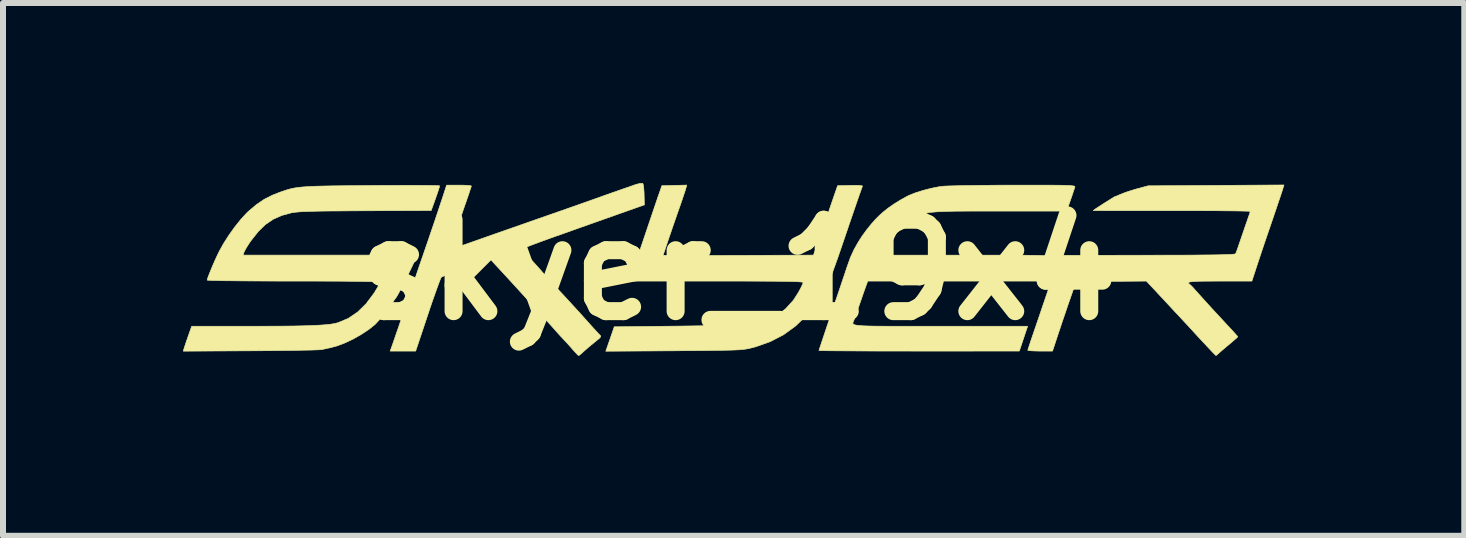
<source format=kicad_pcb>
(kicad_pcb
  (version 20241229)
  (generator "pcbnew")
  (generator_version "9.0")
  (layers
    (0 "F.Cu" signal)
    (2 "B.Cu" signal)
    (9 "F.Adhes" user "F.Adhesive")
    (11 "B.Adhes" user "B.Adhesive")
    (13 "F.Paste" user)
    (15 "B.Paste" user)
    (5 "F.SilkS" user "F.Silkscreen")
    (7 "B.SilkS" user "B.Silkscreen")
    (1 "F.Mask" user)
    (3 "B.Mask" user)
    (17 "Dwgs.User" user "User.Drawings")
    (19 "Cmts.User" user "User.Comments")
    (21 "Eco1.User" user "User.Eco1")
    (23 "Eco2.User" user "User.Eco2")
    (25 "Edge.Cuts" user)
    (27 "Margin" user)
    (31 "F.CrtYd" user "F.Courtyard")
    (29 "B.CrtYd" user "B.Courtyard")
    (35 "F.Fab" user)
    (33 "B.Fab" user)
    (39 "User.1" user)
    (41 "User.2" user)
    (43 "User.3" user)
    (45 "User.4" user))
  (footprint "skyer_19x4"
    (layer "F.Cu")
    (at 9.227 1.447)
    (property "Reference" "skyer_19x4" (at 0 0 0) (layer "F.SilkS") (effects (font (size 1.524 1.524) (thickness 0.3))))
    (attr through_hole)
    (fp_poly (pts (xy -0.856 -1.322) (xy -0.874 -1.268) (xy -0.9 -1.19) (xy -0.931 -1.098) (xy -0.96 -1.016) (xy -0.994 -0.919) (xy -1.031 -0.812) (xy -1.07 -0.7) (xy -1.108 -0.588) (xy -1.144 -0.483) (xy -1.175 -0.39) (xy -1.2 -0.315) (xy -1.217 -0.265) (xy -1.223 -0.243) (xy -1.223 -0.243) (xy -1.205 -0.242) (xy -1.152 -0.241) (xy -1.068 -0.24) (xy -0.955 -0.239) (xy -0.817 -0.239) (xy -0.657 -0.239) (xy -0.478 -0.239) (xy -0.282 -0.239) (xy -0.074 -0.24) (xy 0.029 -0.24) (xy 1.281 -0.245) (xy 1.301 -0.297) (xy 1.314 -0.333) (xy 1.339 -0.405) (xy 1.377 -0.512) (xy 1.426 -0.652) (xy 1.486 -0.826) (xy 1.557 -1.034) (xy 1.635 -1.261) (xy 1.684 -1.402) (xy 1.897 -1.407) (xy 2 -1.408) (xy 2.066 -1.405) (xy 2.097 -1.398) (xy 2.098 -1.393) (xy 2.09 -1.372) (xy 2.071 -1.319) (xy 2.042 -1.238) (xy 2.006 -1.133) (xy 1.963 -1.009) (xy 1.915 -0.869) (xy 1.863 -0.718) (xy 1.855 -0.692) (xy 1.788 -0.496) (xy 1.732 -0.332) (xy 1.685 -0.196) (xy 1.645 -0.084) (xy 1.612 0.006) (xy 1.585 0.08) (xy 1.56 0.14) (xy 1.538 0.191) (xy 1.517 0.235) (xy 1.496 0.277) (xy 1.476 0.313) (xy 1.327 0.555) (xy 1.163 0.763) (xy 0.982 0.938) (xy 0.783 1.082) (xy 0.563 1.196) (xy 0.322 1.282) (xy 0.249 1.301) (xy 0.214 1.31) (xy 0.179 1.317) (xy 0.141 1.323) (xy 0.098 1.328) (xy 0.045 1.333) (xy -0.02 1.336) (xy -0.101 1.339) (xy -0.2 1.341) (xy -0.321 1.343) (xy -0.468 1.345) (xy -0.643 1.347) (xy -0.85 1.348) (xy -1.048 1.35) (xy -2.18 1.357) (xy -2.109 1.153) (xy -2.039 0.95) (xy -0.93 0.938) (xy -0.722 0.935) (xy -0.524 0.932) (xy -0.34 0.929) (xy -0.172 0.925) (xy -0.025 0.921) (xy 0.098 0.917) (xy 0.193 0.913) (xy 0.257 0.91) (xy 0.282 0.907) (xy 0.482 0.852) (xy 0.659 0.768) (xy 0.813 0.654) (xy 0.945 0.51) (xy 1.032 0.374) (xy 1.068 0.308) (xy 1.095 0.252) (xy 1.109 0.217) (xy 1.11 0.212) (xy 1.103 0.207) (xy 1.08 0.203) (xy 1.04 0.2) (xy 0.98 0.197) (xy 0.898 0.195) (xy 0.793 0.193) (xy 0.661 0.191) (xy 0.501 0.19) (xy 0.312 0.189) (xy 0.09 0.188) (xy -0.167 0.188) (xy -0.337 0.188) (xy -1.785 0.188) (xy -1.561 -0.475) (xy -1.508 -0.632) (xy -1.457 -0.783) (xy -1.41 -0.922) (xy -1.368 -1.046) (xy -1.333 -1.149) (xy -1.307 -1.226) (xy -1.291 -1.27) (xy -1.245 -1.402) (xy -1.037 -1.407) (xy -0.83 -1.412) (xy -0.856 -1.322)) (stroke (width 0.01) (type solid)) (fill yes) (layer "F.SilkS"))
    (fp_poly (pts (xy -5.36 -1.408) (xy -5.222 -1.407) (xy -5.109 -1.406) (xy -5.024 -1.404) (xy -4.969 -1.402) (xy -4.949 -1.399) (xy -4.949 -1.399) (xy -4.955 -1.376) (xy -4.971 -1.325) (xy -4.995 -1.254) (xy -5.019 -1.185) (xy -5.09 -0.988) (xy -6.181 -0.984) (xy -6.421 -0.983) (xy -6.626 -0.981) (xy -6.8 -0.98) (xy -6.946 -0.978) (xy -7.067 -0.975) (xy -7.165 -0.972) (xy -7.245 -0.969) (xy -7.308 -0.964) (xy -7.359 -0.959) (xy -7.401 -0.953) (xy -7.419 -0.95) (xy -7.581 -0.906) (xy -7.723 -0.843) (xy -7.851 -0.756) (xy -7.97 -0.641) (xy -8.087 -0.494) (xy -8.117 -0.452) (xy -8.159 -0.387) (xy -8.192 -0.33) (xy -8.211 -0.291) (xy -8.212 -0.287) (xy -8.225 -0.245) (xy -5.326 -0.245) (xy -5.364 -0.155) (xy -5.391 -0.094) (xy -5.428 -0.016) (xy -5.472 0.074) (xy -5.518 0.167) (xy -5.563 0.258) (xy -5.605 0.339) (xy -5.64 0.404) (xy -5.664 0.446) (xy -5.672 0.458) (xy -5.692 0.484) (xy -5.725 0.532) (xy -5.765 0.59) (xy -5.765 0.591) (xy -5.807 0.652) (xy -5.844 0.703) (xy -5.869 0.733) (xy -5.899 0.767) (xy -5.939 0.815) (xy -5.953 0.833) (xy -6.027 0.912) (xy -6.13 0.994) (xy -6.252 1.075) (xy -6.387 1.152) (xy -6.526 1.218) (xy -6.66 1.269) (xy -6.768 1.298) (xy -6.835 1.312) (xy -6.897 1.326) (xy -6.914 1.33) (xy -6.943 1.332) (xy -7.006 1.335) (xy -7.099 1.338) (xy -7.22 1.34) (xy -7.364 1.343) (xy -7.529 1.345) (xy -7.711 1.347) (xy -7.905 1.349) (xy -8.097 1.35) (xy -9.222 1.356) (xy -9.21 1.313) (xy -9.198 1.276) (xy -9.178 1.215) (xy -9.152 1.14) (xy -9.14 1.105) (xy -9.082 0.941) (xy -8.078 0.941) (xy -7.81 0.94) (xy -7.577 0.939) (xy -7.376 0.937) (xy -7.205 0.933) (xy -7.06 0.928) (xy -6.94 0.922) (xy -6.841 0.915) (xy -6.76 0.906) (xy -6.696 0.895) (xy -6.645 0.882) (xy -6.642 0.881) (xy -6.472 0.81) (xy -6.316 0.704) (xy -6.172 0.563) (xy -6.041 0.387) (xy -5.98 0.286) (xy -5.957 0.241) (xy -5.946 0.21) (xy -5.945 0.206) (xy -5.964 0.203) (xy -6.019 0.199) (xy -6.11 0.197) (xy -6.236 0.194) (xy -6.395 0.192) (xy -6.586 0.19) (xy -6.81 0.189) (xy -7.063 0.188) (xy -7.347 0.188) (xy -7.385 0.188) (xy -7.621 0.188) (xy -7.844 0.187) (xy -8.051 0.186) (xy -8.239 0.185) (xy -8.406 0.183) (xy -8.549 0.182) (xy -8.664 0.179) (xy -8.751 0.177) (xy -8.805 0.174) (xy -8.824 0.172) (xy -8.824 0.172) (xy -8.817 0.143) (xy -8.797 0.089) (xy -8.768 0.016) (xy -8.733 -0.068) (xy -8.695 -0.155) (xy -8.657 -0.238) (xy -8.625 -0.304) (xy -8.552 -0.436) (xy -8.462 -0.577) (xy -8.363 -0.715) (xy -8.262 -0.841) (xy -8.167 -0.945) (xy -8.139 -0.972) (xy -8.004 -1.086) (xy -7.873 -1.175) (xy -7.732 -1.246) (xy -7.633 -1.285) (xy -7.571 -1.307) (xy -7.516 -1.326) (xy -7.464 -1.342) (xy -7.411 -1.355) (xy -7.354 -1.366) (xy -7.289 -1.375) (xy -7.214 -1.382) (xy -7.125 -1.388) (xy -7.018 -1.393) (xy -6.891 -1.396) (xy -6.74 -1.399) (xy -6.561 -1.401) (xy -6.352 -1.403) (xy -6.109 -1.405) (xy -6.091 -1.405) (xy -5.888 -1.407) (xy -5.696 -1.407) (xy -5.519 -1.408) (xy -5.36 -1.408)) (stroke (width 0.01) (type solid)) (fill yes) (layer "F.SilkS"))
    (fp_poly (pts (xy 9.099 -1.332) (xy 9.086 -1.292) (xy 9.063 -1.222) (xy 9.031 -1.129) (xy 8.994 -1.018) (xy 8.952 -0.894) (xy 8.92 -0.8) (xy 8.871 -0.657) (xy 8.82 -0.508) (xy 8.771 -0.363) (xy 8.727 -0.231) (xy 8.69 -0.12) (xy 8.677 -0.08) (xy 8.589 0.188) (xy 8.057 0.188) (xy 7.893 0.189) (xy 7.764 0.19) (xy 7.666 0.192) (xy 7.597 0.197) (xy 7.553 0.203) (xy 7.532 0.211) (xy 7.529 0.222) (xy 7.544 0.235) (xy 7.549 0.239) (xy 7.574 0.261) (xy 7.613 0.301) (xy 7.646 0.339) (xy 7.699 0.398) (xy 7.771 0.478) (xy 7.856 0.572) (xy 7.95 0.675) (xy 8.047 0.779) (xy 8.139 0.879) (xy 8.217 0.963) (xy 8.273 1.023) (xy 8.318 1.073) (xy 8.347 1.106) (xy 8.354 1.116) (xy 8.34 1.131) (xy 8.304 1.163) (xy 8.252 1.208) (xy 8.22 1.235) (xy 8.155 1.289) (xy 8.095 1.34) (xy 8.051 1.378) (xy 8.041 1.388) (xy 8.008 1.416) (xy 7.991 1.43) (xy 7.991 1.43) (xy 7.977 1.417) (xy 7.944 1.384) (xy 7.899 1.337) (xy 7.893 1.33) (xy 7.845 1.279) (xy 7.779 1.208) (xy 7.703 1.127) (xy 7.626 1.044) (xy 7.611 1.026) (xy 7.538 0.947) (xy 7.468 0.872) (xy 7.408 0.807) (xy 7.365 0.761) (xy 7.357 0.752) (xy 7.31 0.703) (xy 7.251 0.639) (xy 7.191 0.574) (xy 7.187 0.57) (xy 7.125 0.503) (xy 7.05 0.423) (xy 6.977 0.344) (xy 6.957 0.323) (xy 6.83 0.188) (xy 6.244 0.193) (xy 5.658 0.198) (xy 5.567 0.461) (xy 5.527 0.575) (xy 5.481 0.711) (xy 5.432 0.854) (xy 5.387 0.99) (xy 5.37 1.04) (xy 5.266 1.355) (xy 5.06 1.355) (xy 4.977 1.353) (xy 4.91 1.35) (xy 4.867 1.345) (xy 4.854 1.341) (xy 4.86 1.319) (xy 4.877 1.268) (xy 4.902 1.191) (xy 4.935 1.094) (xy 4.973 0.983) (xy 4.997 0.913) (xy 5.048 0.764) (xy 5.104 0.598) (xy 5.162 0.429) (xy 5.216 0.269) (xy 5.262 0.131) (xy 5.263 0.129) (xy 5.386 -0.241) (xy 6.846 -0.243) (xy 7.127 -0.244) (xy 7.373 -0.244) (xy 7.585 -0.245) (xy 7.766 -0.247) (xy 7.917 -0.248) (xy 8.04 -0.25) (xy 8.138 -0.253) (xy 8.213 -0.255) (xy 8.266 -0.259) (xy 8.3 -0.262) (xy 8.316 -0.267) (xy 8.318 -0.268) (xy 8.329 -0.295) (xy 8.349 -0.349) (xy 8.374 -0.422) (xy 8.397 -0.489) (xy 8.431 -0.588) (xy 8.466 -0.691) (xy 8.498 -0.783) (xy 8.512 -0.823) (xy 8.535 -0.89) (xy 8.553 -0.942) (xy 8.561 -0.971) (xy 8.561 -0.973) (xy 8.542 -0.976) (xy 8.489 -0.978) (xy 8.405 -0.98) (xy 8.292 -0.982) (xy 8.153 -0.983) (xy 7.992 -0.985) (xy 7.812 -0.985) (xy 7.614 -0.986) (xy 7.404 -0.986) (xy 7.253 -0.986) (xy 7.035 -0.986) (xy 6.828 -0.986) (xy 6.636 -0.986) (xy 6.461 -0.986) (xy 6.307 -0.986) (xy 6.176 -0.986) (xy 6.071 -0.987) (xy 5.997 -0.987) (xy 5.954 -0.988) (xy 5.945 -0.988) (xy 5.96 -1) (xy 5.999 -1.027) (xy 6.055 -1.063) (xy 6.119 -1.105) (xy 6.185 -1.146) (xy 6.244 -1.183) (xy 6.288 -1.21) (xy 6.311 -1.223) (xy 6.312 -1.223) (xy 6.335 -1.23) (xy 6.379 -1.249) (xy 6.411 -1.262) (xy 6.468 -1.285) (xy 6.548 -1.312) (xy 6.638 -1.34) (xy 6.678 -1.351) (xy 6.858 -1.4) (xy 7.991 -1.407) (xy 9.124 -1.414) (xy 9.099 -1.332)) (stroke (width 0.01) (type solid)) (fill yes) (layer "F.SilkS"))
    (fp_poly (pts (xy 5.025 -1.411) (xy 5.182 -1.411) (xy 5.31 -1.41) (xy 5.413 -1.409) (xy 5.492 -1.407) (xy 5.55 -1.405) (xy 5.591 -1.401) (xy 5.618 -1.397) (xy 5.633 -1.393) (xy 5.639 -1.387) (xy 5.639 -1.38) (xy 5.639 -1.378) (xy 5.628 -1.347) (xy 5.609 -1.29) (xy 5.584 -1.215) (xy 5.565 -1.162) (xy 5.502 -0.979) (xy 4.412 -0.979) (xy 4.174 -0.979) (xy 3.97 -0.979) (xy 3.797 -0.978) (xy 3.651 -0.977) (xy 3.529 -0.974) (xy 3.428 -0.971) (xy 3.344 -0.967) (xy 3.273 -0.961) (xy 3.212 -0.955) (xy 3.157 -0.946) (xy 3.106 -0.936) (xy 3.055 -0.924) (xy 3.037 -0.92) (xy 2.895 -0.867) (xy 2.753 -0.785) (xy 2.621 -0.678) (xy 2.509 -0.555) (xy 2.475 -0.506) (xy 2.438 -0.446) (xy 2.402 -0.382) (xy 2.372 -0.322) (xy 2.351 -0.275) (xy 2.344 -0.248) (xy 2.347 -0.244) (xy 2.368 -0.244) (xy 2.423 -0.244) (xy 2.51 -0.244) (xy 2.626 -0.244) (xy 2.768 -0.244) (xy 2.933 -0.244) (xy 3.119 -0.244) (xy 3.321 -0.244) (xy 3.538 -0.244) (xy 3.766 -0.244) (xy 3.805 -0.244) (xy 4.072 -0.244) (xy 4.304 -0.244) (xy 4.504 -0.244) (xy 4.673 -0.243) (xy 4.815 -0.243) (xy 4.93 -0.241) (xy 5.024 -0.24) (xy 5.096 -0.238) (xy 5.151 -0.236) (xy 5.19 -0.233) (xy 5.215 -0.229) (xy 5.23 -0.225) (xy 5.237 -0.22) (xy 5.238 -0.214) (xy 5.238 -0.212) (xy 5.224 -0.168) (xy 5.212 -0.132) (xy 5.199 -0.091) (xy 5.179 -0.027) (xy 5.155 0.046) (xy 5.153 0.052) (xy 5.109 0.188) (xy 2.187 0.188) (xy 2.167 0.24) (xy 2.154 0.277) (xy 2.131 0.341) (xy 2.102 0.423) (xy 2.07 0.517) (xy 2.063 0.536) (xy 2.03 0.631) (xy 2.001 0.717) (xy 1.976 0.786) (xy 1.96 0.829) (xy 1.959 0.834) (xy 1.95 0.853) (xy 1.943 0.871) (xy 1.938 0.885) (xy 1.94 0.898) (xy 1.949 0.908) (xy 1.969 0.917) (xy 2.002 0.924) (xy 2.05 0.929) (xy 2.115 0.934) (xy 2.201 0.937) (xy 2.308 0.939) (xy 2.441 0.94) (xy 2.6 0.941) (xy 2.789 0.941) (xy 3.009 0.941) (xy 3.264 0.941) (xy 3.395 0.941) (xy 4.851 0.941) (xy 4.713 1.354) (xy 3.043 1.355) (xy 2.796 1.354) (xy 2.56 1.354) (xy 2.338 1.354) (xy 2.132 1.353) (xy 1.945 1.352) (xy 1.78 1.351) (xy 1.639 1.35) (xy 1.525 1.349) (xy 1.441 1.347) (xy 1.39 1.346) (xy 1.373 1.345) (xy 1.379 1.325) (xy 1.396 1.274) (xy 1.422 1.196) (xy 1.456 1.094) (xy 1.496 0.974) (xy 1.542 0.838) (xy 1.582 0.719) (xy 1.634 0.566) (xy 1.685 0.417) (xy 1.732 0.278) (xy 1.773 0.155) (xy 1.808 0.052) (xy 1.833 -0.025) (xy 1.844 -0.056) (xy 1.897 -0.205) (xy 1.957 -0.336) (xy 2.031 -0.467) (xy 2.093 -0.563) (xy 2.16 -0.656) (xy 2.236 -0.751) (xy 2.311 -0.837) (xy 2.377 -0.903) (xy 2.38 -0.906) (xy 2.406 -0.929) (xy 2.445 -0.964) (xy 2.453 -0.97) (xy 2.529 -1.031) (xy 2.627 -1.099) (xy 2.734 -1.165) (xy 2.836 -1.222) (xy 2.879 -1.243) (xy 2.983 -1.284) (xy 3.111 -1.324) (xy 3.247 -1.359) (xy 3.378 -1.385) (xy 3.424 -1.391) (xy 3.471 -1.395) (xy 3.553 -1.398) (xy 3.663 -1.401) (xy 3.799 -1.404) (xy 3.957 -1.406) (xy 4.132 -1.408) (xy 4.32 -1.41) (xy 4.518 -1.411) (xy 4.611 -1.411) (xy 4.835 -1.411) (xy 5.025 -1.411)) (stroke (width 0.01) (type solid)) (fill yes) (layer "F.SilkS"))
    (fp_poly (pts (xy -1.562 -1.438) (xy -1.554 -1.412) (xy -1.547 -1.359) (xy -1.542 -1.287) (xy -1.541 -1.251) (xy -1.537 -1.082) (xy -1.94 -0.94) (xy -2.219 -0.841) (xy -2.465 -0.754) (xy -2.68 -0.678) (xy -2.865 -0.612) (xy -3.024 -0.556) (xy -3.157 -0.508) (xy -3.267 -0.468) (xy -3.356 -0.435) (xy -3.426 -0.409) (xy -3.479 -0.388) (xy -3.517 -0.372) (xy -3.543 -0.36) (xy -3.558 -0.351) (xy -3.565 -0.345) (xy -3.565 -0.343) (xy -3.553 -0.323) (xy -3.521 -0.281) (xy -3.472 -0.224) (xy -3.415 -0.16) (xy -3.349 -0.088) (xy -3.287 -0.019) (xy -3.236 0.039) (xy -3.208 0.071) (xy -3.158 0.129) (xy -3.105 0.187) (xy -3.095 0.198) (xy -2.907 0.399) (xy -2.744 0.576) (xy -2.603 0.73) (xy -2.484 0.863) (xy -2.465 0.884) (xy -2.4 0.957) (xy -2.342 1.02) (xy -2.298 1.067) (xy -2.272 1.093) (xy -2.269 1.096) (xy -2.265 1.117) (xy -2.288 1.143) (xy -2.325 1.173) (xy -2.377 1.216) (xy -2.42 1.251) (xy -2.48 1.301) (xy -2.537 1.351) (xy -2.567 1.378) (xy -2.604 1.411) (xy -2.629 1.429) (xy -2.633 1.43) (xy -2.65 1.416) (xy -2.683 1.382) (xy -2.719 1.342) (xy -2.771 1.282) (xy -2.823 1.224) (xy -2.85 1.195) (xy -2.887 1.156) (xy -2.94 1.099) (xy -3.002 1.03) (xy -3.048 0.978) (xy -3.11 0.909) (xy -3.168 0.845) (xy -3.214 0.795) (xy -3.236 0.771) (xy -3.272 0.733) (xy -3.323 0.678) (xy -3.378 0.617) (xy -3.384 0.61) (xy -3.496 0.486) (xy -3.609 0.362) (xy -3.716 0.245) (xy -3.81 0.142) (xy -3.887 0.059) (xy -3.897 0.048) (xy -3.954 -0.014) (xy -4.008 -0.072) (xy -4.048 -0.115) (xy -4.052 -0.12) (xy -4.102 -0.175) (xy -4.499 -0.036) (xy -4.616 0.006) (xy -4.721 0.044) (xy -4.809 0.076) (xy -4.875 0.102) (xy -4.913 0.118) (xy -4.92 0.122) (xy -4.932 0.144) (xy -4.953 0.197) (xy -4.983 0.278) (xy -5.02 0.381) (xy -5.063 0.503) (xy -5.11 0.639) (xy -5.146 0.748) (xy -5.349 1.355) (xy -5.774 1.355) (xy -5.745 1.275) (xy -5.731 1.235) (xy -5.707 1.166) (xy -5.675 1.072) (xy -5.636 0.961) (xy -5.594 0.837) (xy -5.559 0.734) (xy -5.512 0.595) (xy -5.456 0.43) (xy -5.394 0.249) (xy -5.33 0.06) (xy -5.266 -0.127) (xy -5.205 -0.303) (xy -5.193 -0.339) (xy -5.139 -0.495) (xy -5.086 -0.652) (xy -5.035 -0.801) (xy -4.989 -0.938) (xy -4.95 -1.055) (xy -4.92 -1.146) (xy -4.908 -1.181) (xy -4.833 -1.411) (xy -4.627 -1.411) (xy -4.544 -1.41) (xy -4.477 -1.407) (xy -4.434 -1.402) (xy -4.421 -1.397) (xy -4.427 -1.374) (xy -4.444 -1.324) (xy -4.467 -1.253) (xy -4.497 -1.168) (xy -4.497 -1.166) (xy -4.544 -1.033) (xy -4.589 -0.9) (xy -4.633 -0.771) (xy -4.673 -0.651) (xy -4.707 -0.546) (xy -4.734 -0.46) (xy -4.752 -0.399) (xy -4.76 -0.367) (xy -4.76 -0.365) (xy -4.76 -0.358) (xy -4.758 -0.354) (xy -4.749 -0.352) (xy -4.732 -0.355) (xy -4.701 -0.364) (xy -4.654 -0.379) (xy -4.587 -0.401) (xy -4.497 -0.432) (xy -4.38 -0.473) (xy -4.233 -0.525) (xy -4.149 -0.555) (xy -3.935 -0.63) (xy -3.717 -0.706) (xy -3.503 -0.781) (xy -3.298 -0.853) (xy -3.109 -0.919) (xy -2.943 -0.977) (xy -2.805 -1.025) (xy -2.803 -1.026) (xy -2.688 -1.066) (xy -2.559 -1.112) (xy -2.434 -1.156) (xy -2.352 -1.185) (xy -2.211 -1.236) (xy -2.066 -1.287) (xy -1.926 -1.336) (xy -1.799 -1.38) (xy -1.696 -1.416) (xy -1.669 -1.425) (xy -1.609 -1.44) (xy -1.57 -1.442) (xy -1.562 -1.438)) (stroke (width 0.01) (type solid)) (fill yes) (layer "F.SilkS")))
  (gr_rect
    (start -3 -3)
    (end 21.356 5.881)
    (stroke (width 0.1) (type default))
    (fill no)
    (layer "Edge.Cuts")))
</source>
